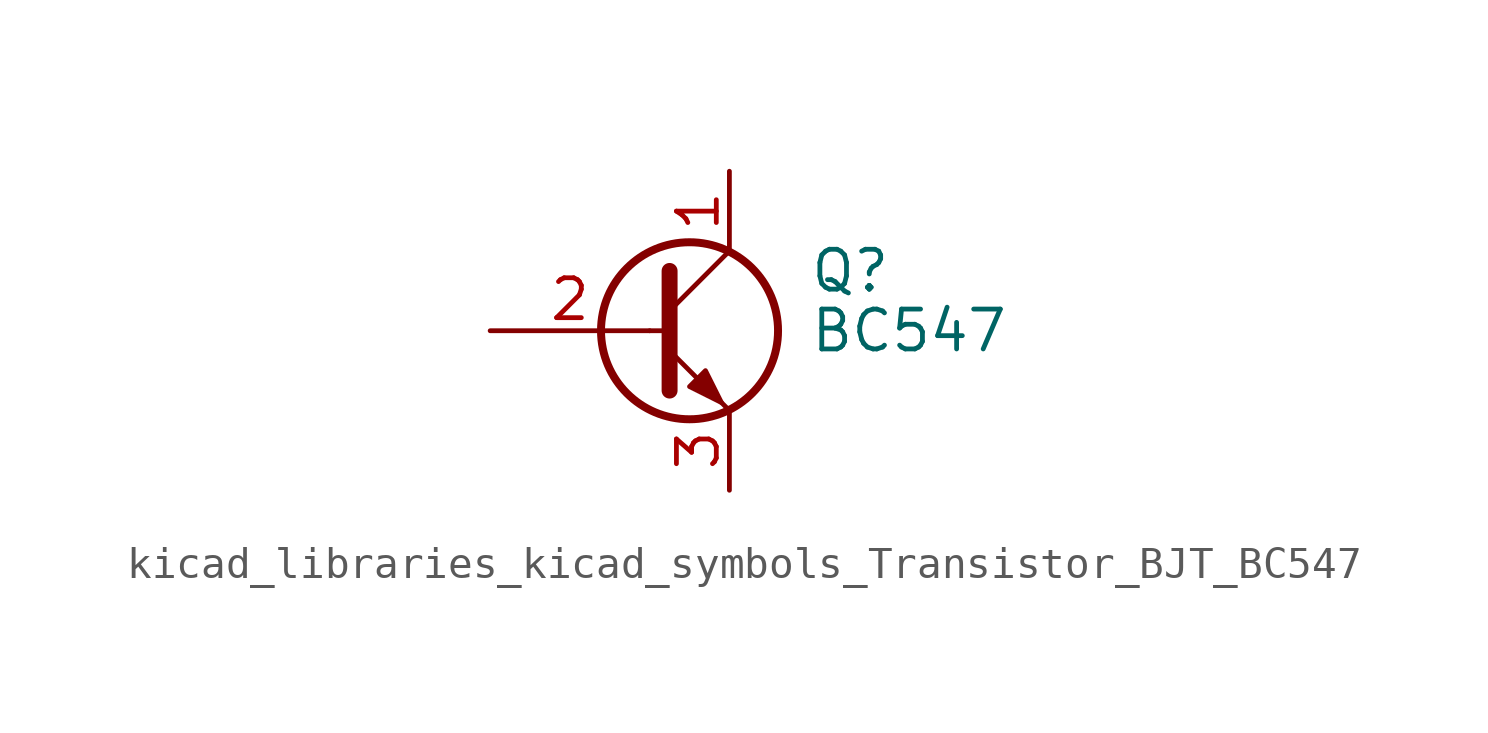
<source format=kicad_sym>
(kicad_symbol_lib
  (version 20220914)
  (generator kicad_symbol_editor)
  (symbol "kicad_libraries_kicad_symbols_Transistor_BJT_BC547"
    (pin_names
      (offset 0) hide)
    (property "Reference" "Q"
      (at 5.08 1.905 0)
      (effects (font (size 1.27 1.27)) (justify left)))
    (property "Value" "BC547"
      (at 5.08 0 0)
      (effects (font (size 1.27 1.27)) (justify left)))
    (symbol "kicad_libraries_kicad_symbols_Transistor_BJT_BC547_0_1"
      (polyline (pts (xy 0 0) (xy 0.635 0)) (stroke (width 0) (type default)) (fill (type none)))
      (polyline (pts (xy 0.635 0.635) (xy 2.54 2.54)) (stroke (width 0) (type default)) (fill (type none)))
      (polyline (pts (xy 0.635 -0.635) (xy 2.54 -2.54) (xy 2.54 -2.54)) (stroke (width 0) (type default)) (fill (type none)))
      (polyline (pts (xy 0.635 1.905) (xy 0.635 -1.905) (xy 0.635 -1.905)) (stroke (width 0.508) (type default)) (fill (type none)))
      (polyline (pts (xy 1.27 -1.778) (xy 1.778 -1.27) (xy 2.286 -2.286) (xy 1.27 -1.778) (xy 1.27 -1.778)) (stroke (width 0) (type default)) (fill (type outline)))
      (circle (center 1.27 0) (radius 2.819) (stroke (width 0.254) (type default)) (fill (type none))))
    (symbol "kicad_libraries_kicad_symbols_Transistor_BJT_BC547_1_1"
      (pin passive line (at 2.54 5.08 270) (length 2.54) (name "C" (effects (font (size 1.27 1.27)))) (number "1" (effects (font (size 1.27 1.27)))))
      (pin input line (at -5.08 0 0) (length 5.08) (name "B" (effects (font (size 1.27 1.27)))) (number "2" (effects (font (size 1.27 1.27)))))
      (pin passive line (at 2.54 -5.08 90) (length 2.54) (name "E" (effects (font (size 1.27 1.27)))) (number "3" (effects (font (size 1.27 1.27))))))))
</source>
